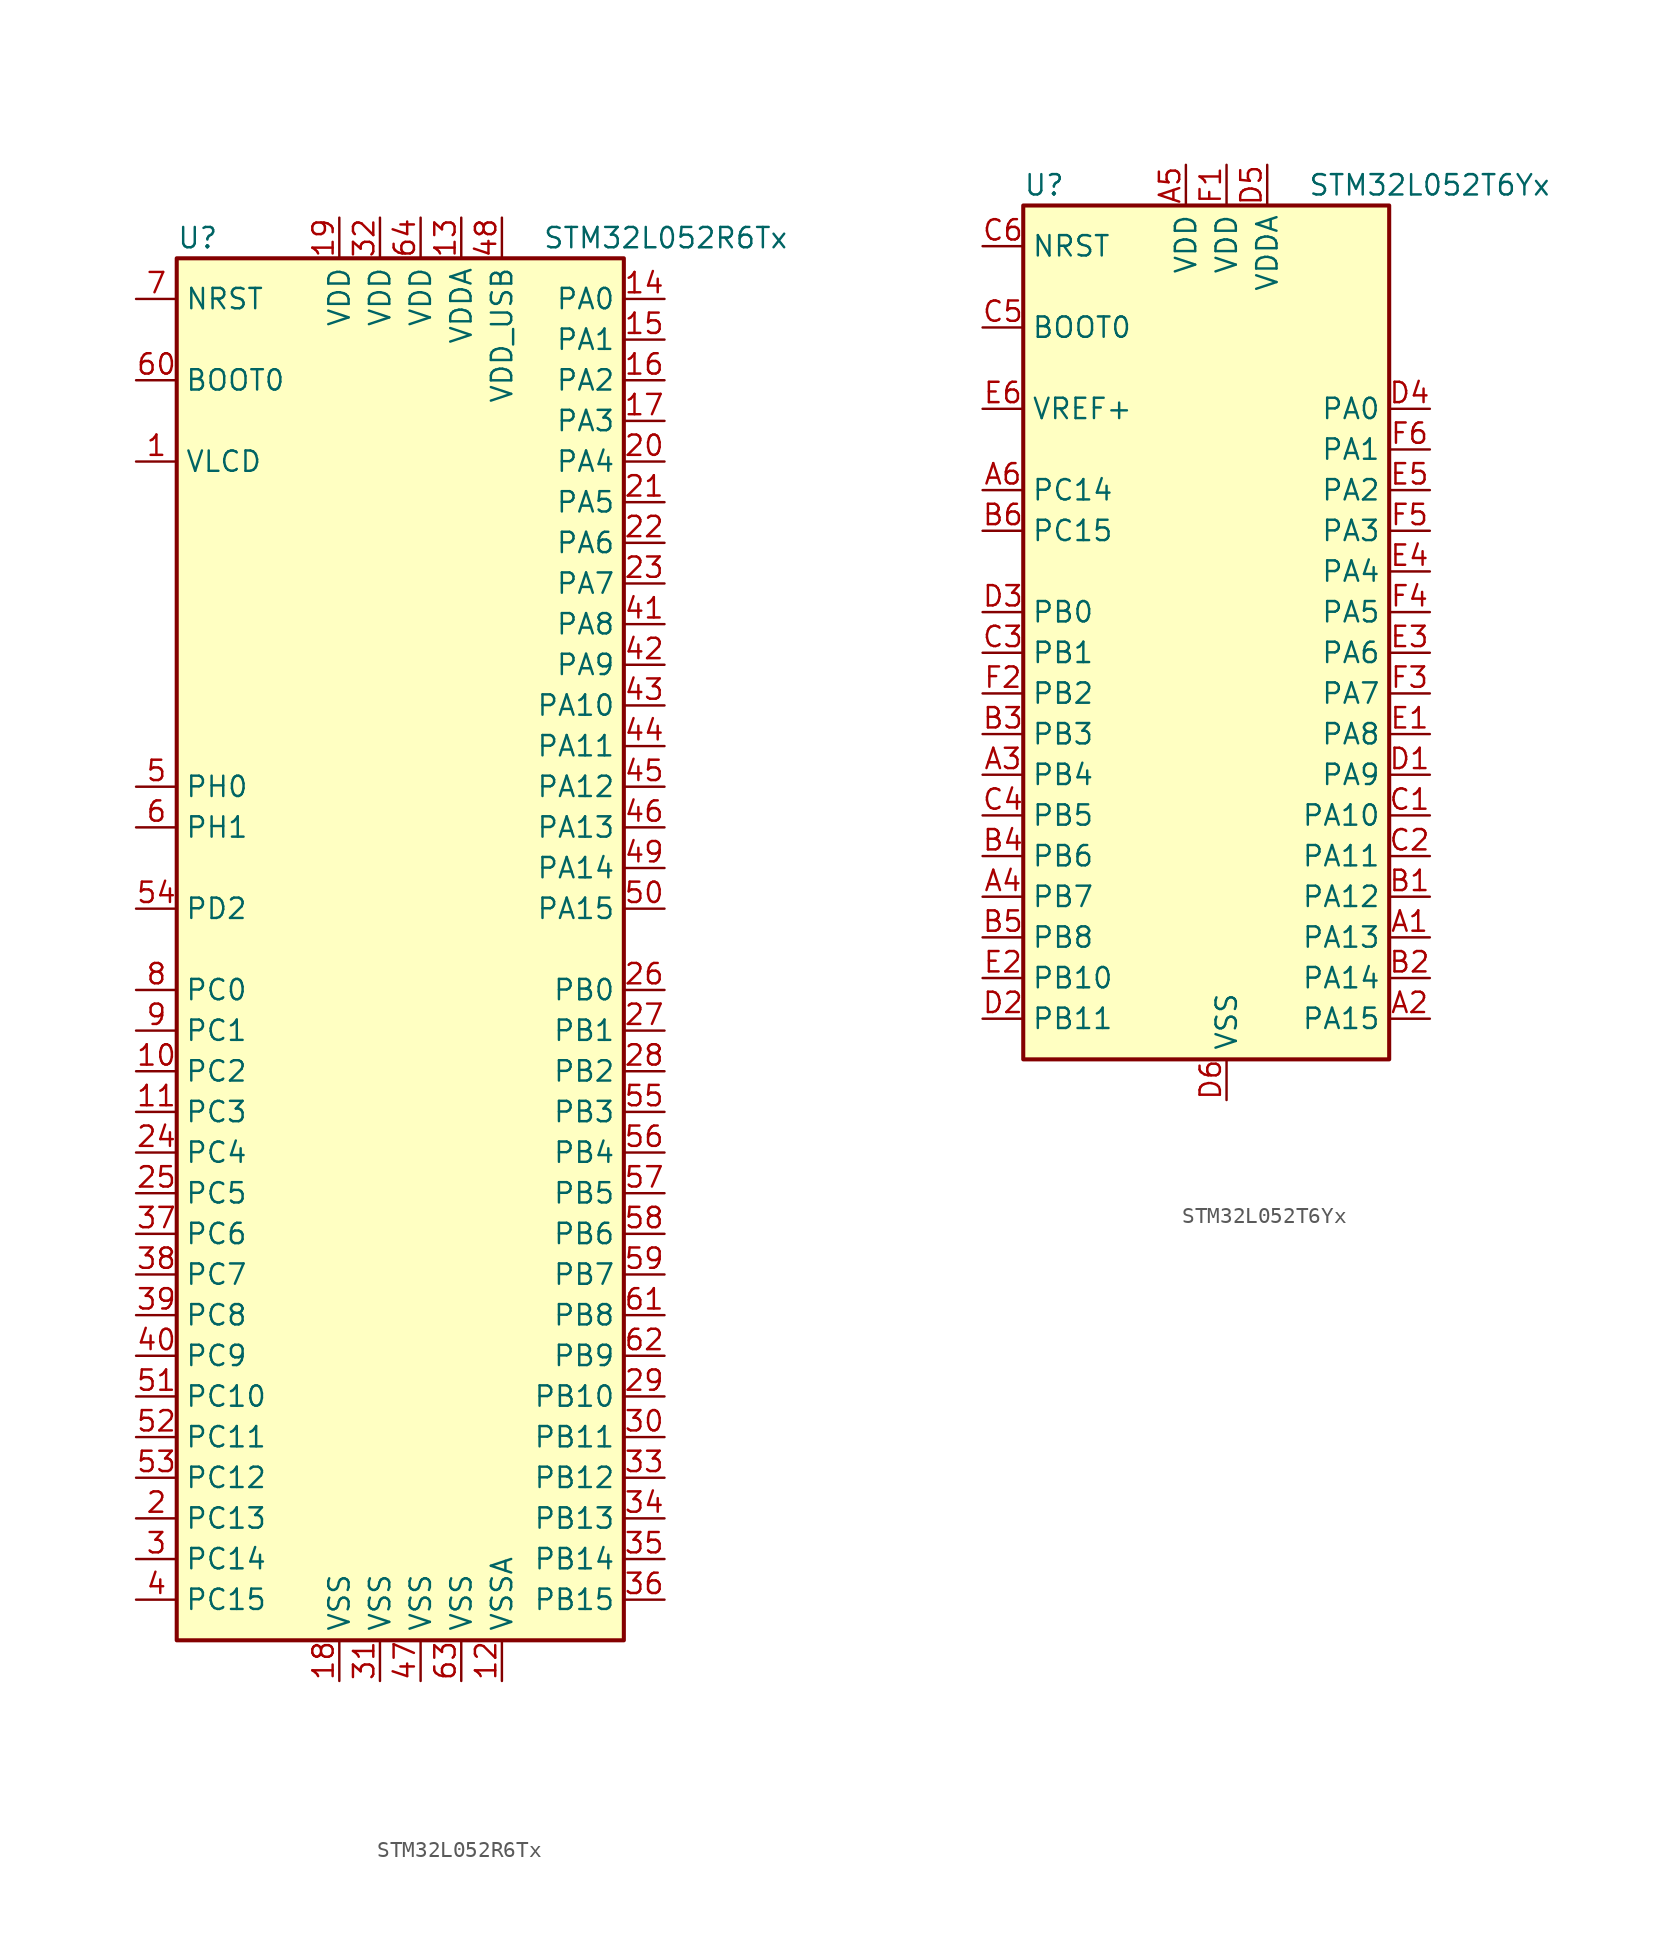
<source format=kicad_sym>
(kicad_symbol_lib
  (version 20201005)
  (generator kicad_symbol_editor)
  (symbol "STM32L052R6Tx"
    (property "Reference" "U"
      (at -15.24 44.45 0)
      (effects (font (size 1.27 1.27)) (justify left)))
    (property "Value" "STM32L052R6Tx"
      (at 7.62 44.45 0)
      (effects (font (size 1.27 1.27)) (justify left)))
    (symbol "STM32L052R6Tx_0_1"
      (rectangle (start -15.24 -43.18) (end 12.7 43.18) (stroke (width 0.254)) (fill (type background))))
    (symbol "STM32L052R6Tx_1_1"
      (pin power_in line (at -17.78 30.48 0) (length 2.54) (name "VLCD" (effects (font (size 1.27 1.27)))) (number "1" (effects (font (size 1.27 1.27)))))
      (pin bidirectional line (at -17.78 -7.62 0) (length 2.54) (name "PC2" (effects (font (size 1.27 1.27)))) (number "10" (effects (font (size 1.27 1.27)))))
      (pin bidirectional line (at -17.78 -10.16 0) (length 2.54) (name "PC3" (effects (font (size 1.27 1.27)))) (number "11" (effects (font (size 1.27 1.27)))))
      (pin power_in line (at 5.08 -45.72 90) (length 2.54) (name "VSSA" (effects (font (size 1.27 1.27)))) (number "12" (effects (font (size 1.27 1.27)))))
      (pin power_in line (at 2.54 45.72 270) (length 2.54) (name "VDDA" (effects (font (size 1.27 1.27)))) (number "13" (effects (font (size 1.27 1.27)))))
      (pin bidirectional line (at 15.24 40.64 180) (length 2.54) (name "PA0" (effects (font (size 1.27 1.27)))) (number "14" (effects (font (size 1.27 1.27)))))
      (pin bidirectional line (at 15.24 38.1 180) (length 2.54) (name "PA1" (effects (font (size 1.27 1.27)))) (number "15" (effects (font (size 1.27 1.27)))))
      (pin bidirectional line (at 15.24 35.56 180) (length 2.54) (name "PA2" (effects (font (size 1.27 1.27)))) (number "16" (effects (font (size 1.27 1.27)))))
      (pin bidirectional line (at 15.24 33.02 180) (length 2.54) (name "PA3" (effects (font (size 1.27 1.27)))) (number "17" (effects (font (size 1.27 1.27)))))
      (pin power_in line (at -5.08 -45.72 90) (length 2.54) (name "VSS" (effects (font (size 1.27 1.27)))) (number "18" (effects (font (size 1.27 1.27)))))
      (pin power_in line (at -5.08 45.72 270) (length 2.54) (name "VDD" (effects (font (size 1.27 1.27)))) (number "19" (effects (font (size 1.27 1.27)))))
      (pin bidirectional line (at -17.78 -35.56 0) (length 2.54) (name "PC13" (effects (font (size 1.27 1.27)))) (number "2" (effects (font (size 1.27 1.27)))))
      (pin bidirectional line (at 15.24 30.48 180) (length 2.54) (name "PA4" (effects (font (size 1.27 1.27)))) (number "20" (effects (font (size 1.27 1.27)))))
      (pin bidirectional line (at 15.24 27.94 180) (length 2.54) (name "PA5" (effects (font (size 1.27 1.27)))) (number "21" (effects (font (size 1.27 1.27)))))
      (pin bidirectional line (at 15.24 25.4 180) (length 2.54) (name "PA6" (effects (font (size 1.27 1.27)))) (number "22" (effects (font (size 1.27 1.27)))))
      (pin bidirectional line (at 15.24 22.86 180) (length 2.54) (name "PA7" (effects (font (size 1.27 1.27)))) (number "23" (effects (font (size 1.27 1.27)))))
      (pin bidirectional line (at -17.78 -12.7 0) (length 2.54) (name "PC4" (effects (font (size 1.27 1.27)))) (number "24" (effects (font (size 1.27 1.27)))))
      (pin bidirectional line (at -17.78 -15.24 0) (length 2.54) (name "PC5" (effects (font (size 1.27 1.27)))) (number "25" (effects (font (size 1.27 1.27)))))
      (pin bidirectional line (at 15.24 -2.54 180) (length 2.54) (name "PB0" (effects (font (size 1.27 1.27)))) (number "26" (effects (font (size 1.27 1.27)))))
      (pin bidirectional line (at 15.24 -5.08 180) (length 2.54) (name "PB1" (effects (font (size 1.27 1.27)))) (number "27" (effects (font (size 1.27 1.27)))))
      (pin bidirectional line (at 15.24 -7.62 180) (length 2.54) (name "PB2" (effects (font (size 1.27 1.27)))) (number "28" (effects (font (size 1.27 1.27)))))
      (pin bidirectional line (at 15.24 -27.94 180) (length 2.54) (name "PB10" (effects (font (size 1.27 1.27)))) (number "29" (effects (font (size 1.27 1.27)))))
      (pin bidirectional line (at -17.78 -38.1 0) (length 2.54) (name "PC14" (effects (font (size 1.27 1.27)))) (number "3" (effects (font (size 1.27 1.27)))))
      (pin bidirectional line (at 15.24 -30.48 180) (length 2.54) (name "PB11" (effects (font (size 1.27 1.27)))) (number "30" (effects (font (size 1.27 1.27)))))
      (pin power_in line (at -2.54 -45.72 90) (length 2.54) (name "VSS" (effects (font (size 1.27 1.27)))) (number "31" (effects (font (size 1.27 1.27)))))
      (pin power_in line (at -2.54 45.72 270) (length 2.54) (name "VDD" (effects (font (size 1.27 1.27)))) (number "32" (effects (font (size 1.27 1.27)))))
      (pin bidirectional line (at 15.24 -33.02 180) (length 2.54) (name "PB12" (effects (font (size 1.27 1.27)))) (number "33" (effects (font (size 1.27 1.27)))))
      (pin bidirectional line (at 15.24 -35.56 180) (length 2.54) (name "PB13" (effects (font (size 1.27 1.27)))) (number "34" (effects (font (size 1.27 1.27)))))
      (pin bidirectional line (at 15.24 -38.1 180) (length 2.54) (name "PB14" (effects (font (size 1.27 1.27)))) (number "35" (effects (font (size 1.27 1.27)))))
      (pin bidirectional line (at 15.24 -40.64 180) (length 2.54) (name "PB15" (effects (font (size 1.27 1.27)))) (number "36" (effects (font (size 1.27 1.27)))))
      (pin bidirectional line (at -17.78 -17.78 0) (length 2.54) (name "PC6" (effects (font (size 1.27 1.27)))) (number "37" (effects (font (size 1.27 1.27)))))
      (pin bidirectional line (at -17.78 -20.32 0) (length 2.54) (name "PC7" (effects (font (size 1.27 1.27)))) (number "38" (effects (font (size 1.27 1.27)))))
      (pin bidirectional line (at -17.78 -22.86 0) (length 2.54) (name "PC8" (effects (font (size 1.27 1.27)))) (number "39" (effects (font (size 1.27 1.27)))))
      (pin bidirectional line (at -17.78 -40.64 0) (length 2.54) (name "PC15" (effects (font (size 1.27 1.27)))) (number "4" (effects (font (size 1.27 1.27)))))
      (pin bidirectional line (at -17.78 -25.4 0) (length 2.54) (name "PC9" (effects (font (size 1.27 1.27)))) (number "40" (effects (font (size 1.27 1.27)))))
      (pin bidirectional line (at 15.24 20.32 180) (length 2.54) (name "PA8" (effects (font (size 1.27 1.27)))) (number "41" (effects (font (size 1.27 1.27)))))
      (pin bidirectional line (at 15.24 17.78 180) (length 2.54) (name "PA9" (effects (font (size 1.27 1.27)))) (number "42" (effects (font (size 1.27 1.27)))))
      (pin bidirectional line (at 15.24 15.24 180) (length 2.54) (name "PA10" (effects (font (size 1.27 1.27)))) (number "43" (effects (font (size 1.27 1.27)))))
      (pin bidirectional line (at 15.24 12.7 180) (length 2.54) (name "PA11" (effects (font (size 1.27 1.27)))) (number "44" (effects (font (size 1.27 1.27)))))
      (pin bidirectional line (at 15.24 10.16 180) (length 2.54) (name "PA12" (effects (font (size 1.27 1.27)))) (number "45" (effects (font (size 1.27 1.27)))))
      (pin bidirectional line (at 15.24 7.62 180) (length 2.54) (name "PA13" (effects (font (size 1.27 1.27)))) (number "46" (effects (font (size 1.27 1.27)))))
      (pin power_in line (at 0 -45.72 90) (length 2.54) (name "VSS" (effects (font (size 1.27 1.27)))) (number "47" (effects (font (size 1.27 1.27)))))
      (pin power_in line (at 5.08 45.72 270) (length 2.54) (name "VDD_USB" (effects (font (size 1.27 1.27)))) (number "48" (effects (font (size 1.27 1.27)))))
      (pin bidirectional line (at 15.24 5.08 180) (length 2.54) (name "PA14" (effects (font (size 1.27 1.27)))) (number "49" (effects (font (size 1.27 1.27)))))
      (pin input line (at -17.78 10.16 0) (length 2.54) (name "PH0" (effects (font (size 1.27 1.27)))) (number "5" (effects (font (size 1.27 1.27)))))
      (pin bidirectional line (at 15.24 2.54 180) (length 2.54) (name "PA15" (effects (font (size 1.27 1.27)))) (number "50" (effects (font (size 1.27 1.27)))))
      (pin bidirectional line (at -17.78 -27.94 0) (length 2.54) (name "PC10" (effects (font (size 1.27 1.27)))) (number "51" (effects (font (size 1.27 1.27)))))
      (pin bidirectional line (at -17.78 -30.48 0) (length 2.54) (name "PC11" (effects (font (size 1.27 1.27)))) (number "52" (effects (font (size 1.27 1.27)))))
      (pin bidirectional line (at -17.78 -33.02 0) (length 2.54) (name "PC12" (effects (font (size 1.27 1.27)))) (number "53" (effects (font (size 1.27 1.27)))))
      (pin bidirectional line (at -17.78 2.54 0) (length 2.54) (name "PD2" (effects (font (size 1.27 1.27)))) (number "54" (effects (font (size 1.27 1.27)))))
      (pin bidirectional line (at 15.24 -10.16 180) (length 2.54) (name "PB3" (effects (font (size 1.27 1.27)))) (number "55" (effects (font (size 1.27 1.27)))))
      (pin bidirectional line (at 15.24 -12.7 180) (length 2.54) (name "PB4" (effects (font (size 1.27 1.27)))) (number "56" (effects (font (size 1.27 1.27)))))
      (pin bidirectional line (at 15.24 -15.24 180) (length 2.54) (name "PB5" (effects (font (size 1.27 1.27)))) (number "57" (effects (font (size 1.27 1.27)))))
      (pin bidirectional line (at 15.24 -17.78 180) (length 2.54) (name "PB6" (effects (font (size 1.27 1.27)))) (number "58" (effects (font (size 1.27 1.27)))))
      (pin bidirectional line (at 15.24 -20.32 180) (length 2.54) (name "PB7" (effects (font (size 1.27 1.27)))) (number "59" (effects (font (size 1.27 1.27)))))
      (pin input line (at -17.78 7.62 0) (length 2.54) (name "PH1" (effects (font (size 1.27 1.27)))) (number "6" (effects (font (size 1.27 1.27)))))
      (pin input line (at -17.78 35.56 0) (length 2.54) (name "BOOT0" (effects (font (size 1.27 1.27)))) (number "60" (effects (font (size 1.27 1.27)))))
      (pin bidirectional line (at 15.24 -22.86 180) (length 2.54) (name "PB8" (effects (font (size 1.27 1.27)))) (number "61" (effects (font (size 1.27 1.27)))))
      (pin bidirectional line (at 15.24 -25.4 180) (length 2.54) (name "PB9" (effects (font (size 1.27 1.27)))) (number "62" (effects (font (size 1.27 1.27)))))
      (pin power_in line (at 2.54 -45.72 90) (length 2.54) (name "VSS" (effects (font (size 1.27 1.27)))) (number "63" (effects (font (size 1.27 1.27)))))
      (pin power_in line (at 0 45.72 270) (length 2.54) (name "VDD" (effects (font (size 1.27 1.27)))) (number "64" (effects (font (size 1.27 1.27)))))
      (pin input line (at -17.78 40.64 0) (length 2.54) (name "NRST" (effects (font (size 1.27 1.27)))) (number "7" (effects (font (size 1.27 1.27)))))
      (pin bidirectional line (at -17.78 -2.54 0) (length 2.54) (name "PC0" (effects (font (size 1.27 1.27)))) (number "8" (effects (font (size 1.27 1.27)))))
      (pin bidirectional line (at -17.78 -5.08 0) (length 2.54) (name "PC1" (effects (font (size 1.27 1.27)))) (number "9" (effects (font (size 1.27 1.27)))))))
  (symbol "STM32L052T6Yx"
    (property "Reference" "U"
      (at -12.7 26.67 0)
      (effects (font (size 1.27 1.27)) (justify left)))
    (property "Value" "STM32L052T6Yx"
      (at 5.08 26.67 0)
      (effects (font (size 1.27 1.27)) (justify left)))
    (symbol "STM32L052T6Yx_0_1"
      (rectangle (start -12.7 -27.94) (end 10.16 25.4) (stroke (width 0.254)) (fill (type background))))
    (symbol "STM32L052T6Yx_1_1"
      (pin bidirectional line (at 12.7 -20.32 180) (length 2.54) (name "PA13" (effects (font (size 1.27 1.27)))) (number "A1" (effects (font (size 1.27 1.27)))))
      (pin bidirectional line (at 12.7 -25.4 180) (length 2.54) (name "PA15" (effects (font (size 1.27 1.27)))) (number "A2" (effects (font (size 1.27 1.27)))))
      (pin bidirectional line (at -15.24 -10.16 0) (length 2.54) (name "PB4" (effects (font (size 1.27 1.27)))) (number "A3" (effects (font (size 1.27 1.27)))))
      (pin bidirectional line (at -15.24 -17.78 0) (length 2.54) (name "PB7" (effects (font (size 1.27 1.27)))) (number "A4" (effects (font (size 1.27 1.27)))))
      (pin power_in line (at -2.54 27.94 270) (length 2.54) (name "VDD" (effects (font (size 1.27 1.27)))) (number "A5" (effects (font (size 1.27 1.27)))))
      (pin bidirectional line (at -15.24 7.62 0) (length 2.54) (name "PC14" (effects (font (size 1.27 1.27)))) (number "A6" (effects (font (size 1.27 1.27)))))
      (pin bidirectional line (at 12.7 -17.78 180) (length 2.54) (name "PA12" (effects (font (size 1.27 1.27)))) (number "B1" (effects (font (size 1.27 1.27)))))
      (pin bidirectional line (at 12.7 -22.86 180) (length 2.54) (name "PA14" (effects (font (size 1.27 1.27)))) (number "B2" (effects (font (size 1.27 1.27)))))
      (pin bidirectional line (at -15.24 -7.62 0) (length 2.54) (name "PB3" (effects (font (size 1.27 1.27)))) (number "B3" (effects (font (size 1.27 1.27)))))
      (pin bidirectional line (at -15.24 -15.24 0) (length 2.54) (name "PB6" (effects (font (size 1.27 1.27)))) (number "B4" (effects (font (size 1.27 1.27)))))
      (pin bidirectional line (at -15.24 -20.32 0) (length 2.54) (name "PB8" (effects (font (size 1.27 1.27)))) (number "B5" (effects (font (size 1.27 1.27)))))
      (pin bidirectional line (at -15.24 5.08 0) (length 2.54) (name "PC15" (effects (font (size 1.27 1.27)))) (number "B6" (effects (font (size 1.27 1.27)))))
      (pin bidirectional line (at 12.7 -12.7 180) (length 2.54) (name "PA10" (effects (font (size 1.27 1.27)))) (number "C1" (effects (font (size 1.27 1.27)))))
      (pin bidirectional line (at 12.7 -15.24 180) (length 2.54) (name "PA11" (effects (font (size 1.27 1.27)))) (number "C2" (effects (font (size 1.27 1.27)))))
      (pin bidirectional line (at -15.24 -2.54 0) (length 2.54) (name "PB1" (effects (font (size 1.27 1.27)))) (number "C3" (effects (font (size 1.27 1.27)))))
      (pin bidirectional line (at -15.24 -12.7 0) (length 2.54) (name "PB5" (effects (font (size 1.27 1.27)))) (number "C4" (effects (font (size 1.27 1.27)))))
      (pin input line (at -15.24 17.78 0) (length 2.54) (name "BOOT0" (effects (font (size 1.27 1.27)))) (number "C5" (effects (font (size 1.27 1.27)))))
      (pin input line (at -15.24 22.86 0) (length 2.54) (name "NRST" (effects (font (size 1.27 1.27)))) (number "C6" (effects (font (size 1.27 1.27)))))
      (pin bidirectional line (at 12.7 -10.16 180) (length 2.54) (name "PA9" (effects (font (size 1.27 1.27)))) (number "D1" (effects (font (size 1.27 1.27)))))
      (pin bidirectional line (at -15.24 -25.4 0) (length 2.54) (name "PB11" (effects (font (size 1.27 1.27)))) (number "D2" (effects (font (size 1.27 1.27)))))
      (pin bidirectional line (at -15.24 0 0) (length 2.54) (name "PB0" (effects (font (size 1.27 1.27)))) (number "D3" (effects (font (size 1.27 1.27)))))
      (pin bidirectional line (at 12.7 12.7 180) (length 2.54) (name "PA0" (effects (font (size 1.27 1.27)))) (number "D4" (effects (font (size 1.27 1.27)))))
      (pin power_in line (at 2.54 27.94 270) (length 2.54) (name "VDDA" (effects (font (size 1.27 1.27)))) (number "D5" (effects (font (size 1.27 1.27)))))
      (pin power_in line (at 0 -30.48 90) (length 2.54) (name "VSS" (effects (font (size 1.27 1.27)))) (number "D6" (effects (font (size 1.27 1.27)))))
      (pin bidirectional line (at 12.7 -7.62 180) (length 2.54) (name "PA8" (effects (font (size 1.27 1.27)))) (number "E1" (effects (font (size 1.27 1.27)))))
      (pin bidirectional line (at -15.24 -22.86 0) (length 2.54) (name "PB10" (effects (font (size 1.27 1.27)))) (number "E2" (effects (font (size 1.27 1.27)))))
      (pin bidirectional line (at 12.7 -2.54 180) (length 2.54) (name "PA6" (effects (font (size 1.27 1.27)))) (number "E3" (effects (font (size 1.27 1.27)))))
      (pin bidirectional line (at 12.7 2.54 180) (length 2.54) (name "PA4" (effects (font (size 1.27 1.27)))) (number "E4" (effects (font (size 1.27 1.27)))))
      (pin bidirectional line (at 12.7 7.62 180) (length 2.54) (name "PA2" (effects (font (size 1.27 1.27)))) (number "E5" (effects (font (size 1.27 1.27)))))
      (pin power_in line (at -15.24 12.7 0) (length 2.54) (name "VREF+" (effects (font (size 1.27 1.27)))) (number "E6" (effects (font (size 1.27 1.27)))))
      (pin power_in line (at 0 27.94 270) (length 2.54) (name "VDD" (effects (font (size 1.27 1.27)))) (number "F1" (effects (font (size 1.27 1.27)))))
      (pin bidirectional line (at -15.24 -5.08 0) (length 2.54) (name "PB2" (effects (font (size 1.27 1.27)))) (number "F2" (effects (font (size 1.27 1.27)))))
      (pin bidirectional line (at 12.7 -5.08 180) (length 2.54) (name "PA7" (effects (font (size 1.27 1.27)))) (number "F3" (effects (font (size 1.27 1.27)))))
      (pin bidirectional line (at 12.7 0 180) (length 2.54) (name "PA5" (effects (font (size 1.27 1.27)))) (number "F4" (effects (font (size 1.27 1.27)))))
      (pin bidirectional line (at 12.7 5.08 180) (length 2.54) (name "PA3" (effects (font (size 1.27 1.27)))) (number "F5" (effects (font (size 1.27 1.27)))))
      (pin bidirectional line (at 12.7 10.16 180) (length 2.54) (name "PA1" (effects (font (size 1.27 1.27)))) (number "F6" (effects (font (size 1.27 1.27))))))))
</source>
